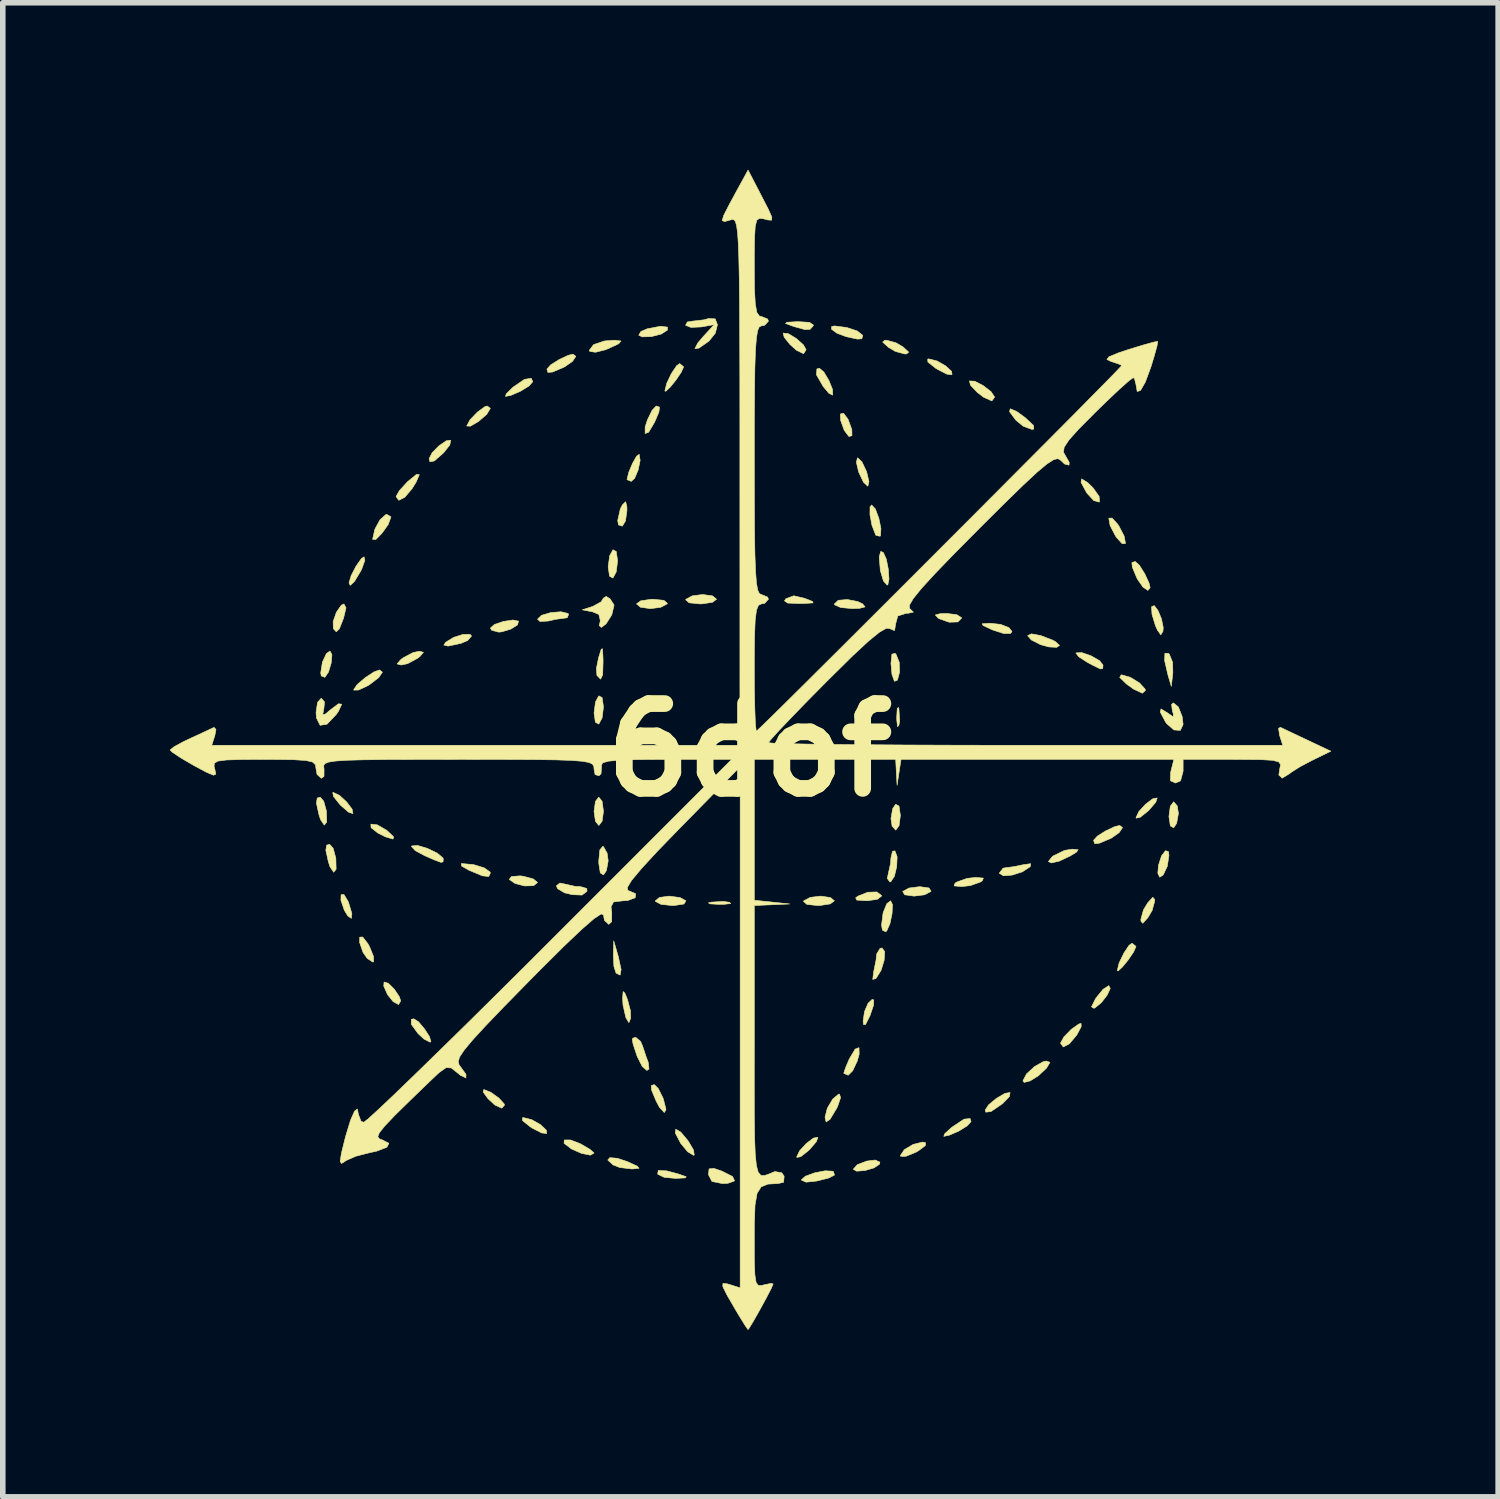
<source format=kicad_pcb>
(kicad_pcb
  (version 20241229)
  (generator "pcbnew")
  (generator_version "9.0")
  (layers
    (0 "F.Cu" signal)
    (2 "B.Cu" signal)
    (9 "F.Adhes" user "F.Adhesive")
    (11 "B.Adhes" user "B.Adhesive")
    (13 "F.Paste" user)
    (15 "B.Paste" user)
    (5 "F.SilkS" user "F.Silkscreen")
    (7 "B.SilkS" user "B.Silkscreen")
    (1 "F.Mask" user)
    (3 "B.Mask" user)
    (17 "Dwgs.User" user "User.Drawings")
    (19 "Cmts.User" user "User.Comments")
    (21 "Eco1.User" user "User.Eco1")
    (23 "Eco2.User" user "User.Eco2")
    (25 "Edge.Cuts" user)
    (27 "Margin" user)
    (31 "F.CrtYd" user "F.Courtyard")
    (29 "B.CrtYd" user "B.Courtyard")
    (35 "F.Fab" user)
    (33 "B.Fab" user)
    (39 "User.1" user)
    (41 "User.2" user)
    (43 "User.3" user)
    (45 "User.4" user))
  (footprint "6dof"
    (layer "F.Cu")
    (at 10.417 10.425)
    (property "Reference" "6dof" (at 0 0 0) (layer "F.SilkS") (effects (font (size 1.524 1.524) (thickness 0.3))))
    (attr through_hole)
    (fp_poly (pts (xy -2.358 3.713) (xy -2.308 3.944) (xy -2.326 4.044) (xy -2.399 4.008) (xy -2.437 3.89) (xy -2.448 3.69) (xy -2.44 3.429) (xy -2.358 3.713)) (stroke (width 0.01) (type solid)) (fill yes) (layer "F.SilkS"))
    (fp_poly (pts (xy -0.359 2.736) (xy -0.339 2.759) (xy -0.461 2.772) (xy -0.55 2.773) (xy -0.714 2.764) (xy -0.739 2.745) (xy -0.698 2.734) (xy -0.477 2.72) (xy -0.359 2.736)) (stroke (width 0.01) (type solid)) (fill yes) (layer "F.SilkS"))
    (fp_poly (pts (xy 1.769 -5.943) (xy 1.837 -5.759) (xy 1.84 -5.647) (xy 1.784 -5.633) (xy 1.702 -5.741) (xy 1.635 -5.925) (xy 1.631 -6.037) (xy 1.688 -6.051) (xy 1.769 -5.943)) (stroke (width 0.01) (type solid)) (fill yes) (layer "F.SilkS"))
    (fp_poly (pts (xy 2.683 -0.741) (xy 2.696 -0.526) (xy 2.683 -0.445) (xy 2.658 -0.418) (xy 2.645 -0.535) (xy 2.644 -0.593) (xy 2.653 -0.747) (xy 2.675 -0.765) (xy 2.683 -0.741)) (stroke (width 0.01) (type solid)) (fill yes) (layer "F.SilkS"))
    (fp_poly (pts (xy 7.526 -1.735) (xy 7.542 -1.721) (xy 7.6 -1.576) (xy 7.605 -1.386) (xy 7.577 -1.143) (xy 7.515 -1.355) (xy 7.457 -1.606) (xy 7.462 -1.739) (xy 7.526 -1.735)) (stroke (width 0.01) (type solid)) (fill yes) (layer "F.SilkS"))
    (fp_poly (pts (xy -7.503 -1.712) (xy -7.517 -1.562) (xy -7.565 -1.401) (xy -7.63 -1.306) (xy -7.695 -1.33) (xy -7.705 -1.385) (xy -7.674 -1.581) (xy -7.602 -1.734) (xy -7.538 -1.778) (xy -7.503 -1.712)) (stroke (width 0.01) (type solid)) (fill yes) (layer "F.SilkS"))
    (fp_poly (pts (xy -7.25 -2.555) (xy -7.294 -2.371) (xy -7.37 -2.177) (xy -7.426 -2.124) (xy -7.478 -2.18) (xy -7.482 -2.308) (xy -7.423 -2.476) (xy -7.335 -2.602) (xy -7.288 -2.625) (xy -7.25 -2.555)) (stroke (width 0.01) (type solid)) (fill yes) (layer "F.SilkS"))
    (fp_poly (pts (xy -7.213 2.72) (xy -7.204 2.742) (xy -7.145 2.939) (xy -7.154 3.025) (xy -7.218 2.981) (xy -7.28 2.881) (xy -7.342 2.701) (xy -7.339 2.599) (xy -7.288 2.595) (xy -7.213 2.72)) (stroke (width 0.01) (type solid)) (fill yes) (layer "F.SilkS"))
    (fp_poly (pts (xy -6.69 1.344) (xy -6.521 1.441) (xy -6.517 1.444) (xy -6.394 1.56) (xy -6.407 1.6) (xy -6.539 1.561) (xy -6.679 1.491) (xy -6.8 1.396) (xy -6.804 1.331) (xy -6.69 1.344)) (stroke (width 0.01) (type solid)) (fill yes) (layer "F.SilkS"))
    (fp_poly (pts (xy -6.491 4.19) (xy -6.382 4.298) (xy -6.292 4.433) (xy -6.268 4.508) (xy -6.306 4.573) (xy -6.403 4.521) (xy -6.505 4.394) (xy -6.572 4.242) (xy -6.567 4.168) (xy -6.491 4.19)) (stroke (width 0.01) (type solid)) (fill yes) (layer "F.SilkS"))
    (fp_poly (pts (xy -5.386 -5.48) (xy -5.496 -5.341) (xy -5.663 -5.194) (xy -5.743 -5.178) (xy -5.757 -5.236) (xy -5.703 -5.342) (xy -5.58 -5.466) (xy -5.447 -5.557) (xy -5.369 -5.566) (xy -5.386 -5.48)) (stroke (width 0.01) (type solid)) (fill yes) (layer "F.SilkS"))
    (fp_poly (pts (xy -4.995 -2.048) (xy -5.066 -1.966) (xy -5.186 -1.916) (xy -5.417 -1.867) (xy -5.493 -1.886) (xy -5.457 -1.938) (xy -5.316 -2.024) (xy -5.149 -2.077) (xy -5.023 -2.079) (xy -4.995 -2.048)) (stroke (width 0.01) (type solid)) (fill yes) (layer "F.SilkS"))
    (fp_poly (pts (xy -4.65 6.149) (xy -4.503 6.254) (xy -4.409 6.358) (xy -4.403 6.38) (xy -4.452 6.435) (xy -4.575 6.379) (xy -4.699 6.265) (xy -4.786 6.145) (xy -4.776 6.099) (xy -4.65 6.149)) (stroke (width 0.01) (type solid)) (fill yes) (layer "F.SilkS"))
    (fp_poly (pts (xy -2.634 -1.674) (xy -2.632 -1.587) (xy -2.639 -1.35) (xy -2.677 -1.273) (xy -2.743 -1.341) (xy -2.752 -1.465) (xy -2.713 -1.658) (xy -2.665 -1.811) (xy -2.643 -1.82) (xy -2.634 -1.674)) (stroke (width 0.01) (type solid)) (fill yes) (layer "F.SilkS"))
    (fp_poly (pts (xy -2.204 -4.373) (xy -2.203 -4.302) (xy -2.23 -4.114) (xy -2.286 -4.022) (xy -2.355 -4.044) (xy -2.369 -4.123) (xy -2.323 -4.329) (xy -2.286 -4.403) (xy -2.227 -4.461) (xy -2.204 -4.373)) (stroke (width 0.01) (type solid)) (fill yes) (layer "F.SilkS"))
    (fp_poly (pts (xy -1.475 -7.598) (xy -1.475 -7.545) (xy -1.587 -7.473) (xy -1.766 -7.427) (xy -1.929 -7.423) (xy -1.991 -7.452) (xy -1.953 -7.519) (xy -1.841 -7.567) (xy -1.597 -7.614) (xy -1.475 -7.598)) (stroke (width 0.01) (type solid)) (fill yes) (layer "F.SilkS"))
    (fp_poly (pts (xy -1.233 6.868) (xy -1.104 7.022) (xy -1.007 7.186) (xy -0.994 7.276) (xy -1.008 7.281) (xy -1.113 7.217) (xy -1.237 7.067) (xy -1.335 6.881) (xy -1.325 6.812) (xy -1.233 6.868)) (stroke (width 0.01) (type solid)) (fill yes) (layer "F.SilkS"))
    (fp_poly (pts (xy -0.502 7.564) (xy -0.306 7.662) (xy -0.269 7.741) (xy -0.39 7.785) (xy -0.49 7.789) (xy -0.676 7.752) (xy -0.738 7.63) (xy -0.728 7.526) (xy -0.643 7.516) (xy -0.502 7.564)) (stroke (width 0.01) (type solid)) (fill yes) (layer "F.SilkS"))
    (fp_poly (pts (xy 0.695 -7.481) (xy 0.837 -7.395) (xy 0.966 -7.281) (xy 1.016 -7.192) (xy 0.97 -7.12) (xy 0.841 -7.183) (xy 0.726 -7.286) (xy 0.621 -7.418) (xy 0.604 -7.491) (xy 0.695 -7.481)) (stroke (width 0.01) (type solid)) (fill yes) (layer "F.SilkS"))
    (fp_poly (pts (xy 0.987 -2.726) (xy 1.132 -2.669) (xy 1.141 -2.643) (xy 1 -2.634) (xy 0.893 -2.631) (xy 0.685 -2.64) (xy 0.627 -2.68) (xy 0.653 -2.719) (xy 0.794 -2.771) (xy 0.987 -2.726)) (stroke (width 0.01) (type solid)) (fill yes) (layer "F.SilkS"))
    (fp_poly (pts (xy 2.341 7.404) (xy 2.335 7.441) (xy 2.235 7.508) (xy 2.074 7.555) (xy 1.925 7.567) (xy 1.863 7.533) (xy 1.935 7.45) (xy 2.105 7.385) (xy 2.256 7.366) (xy 2.341 7.404)) (stroke (width 0.01) (type solid)) (fill yes) (layer "F.SilkS"))
    (fp_poly (pts (xy 2.631 -1.721) (xy 2.69 -1.574) (xy 2.695 -1.399) (xy 2.656 -1.255) (xy 2.603 -1.234) (xy 2.558 -1.358) (xy 2.54 -1.555) (xy 2.557 -1.722) (xy 2.613 -1.737) (xy 2.631 -1.721)) (stroke (width 0.01) (type solid)) (fill yes) (layer "F.SilkS"))
    (fp_poly (pts (xy 4.8 -6.082) (xy 4.956 -5.968) (xy 5.103 -5.829) (xy 5.106 -5.766) (xy 5.072 -5.76) (xy 4.917 -5.817) (xy 4.783 -5.927) (xy 4.671 -6.078) (xy 4.683 -6.131) (xy 4.8 -6.082)) (stroke (width 0.01) (type solid)) (fill yes) (layer "F.SilkS"))
    (fp_poly (pts (xy 7.525 1.824) (xy 7.535 1.893) (xy 7.505 2.089) (xy 7.433 2.242) (xy 7.369 2.286) (xy 7.335 2.215) (xy 7.346 2.073) (xy 7.401 1.902) (xy 7.472 1.809) (xy 7.525 1.824)) (stroke (width 0.01) (type solid)) (fill yes) (layer "F.SilkS"))
    (fp_poly (pts (xy -7.651 0.92) (xy -7.602 1.097) (xy -7.602 1.101) (xy -7.597 1.294) (xy -7.641 1.349) (xy -7.707 1.253) (xy -7.736 1.164) (xy -7.782 0.955) (xy -7.768 0.863) (xy -7.714 0.847) (xy -7.651 0.92)) (stroke (width 0.01) (type solid)) (fill yes) (layer "F.SilkS"))
    (fp_poly (pts (xy -7.481 1.767) (xy -7.433 1.944) (xy -7.433 1.947) (xy -7.428 2.141) (xy -7.471 2.196) (xy -7.538 2.099) (xy -7.567 2.011) (xy -7.613 1.801) (xy -7.599 1.71) (xy -7.545 1.693) (xy -7.481 1.767)) (stroke (width 0.01) (type solid)) (fill yes) (layer "F.SilkS"))
    (fp_poly (pts (xy -7.369 0.814) (xy -7.239 0.933) (xy -7.141 1.062) (xy -7.126 1.143) (xy -7.205 1.117) (xy -7.343 0.997) (xy -7.366 0.973) (xy -7.475 0.835) (xy -7.489 0.764) (xy -7.479 0.762) (xy -7.369 0.814)) (stroke (width 0.01) (type solid)) (fill yes) (layer "F.SilkS"))
    (fp_poly (pts (xy -6.912 -3.407) (xy -6.969 -3.249) (xy -6.985 -3.217) (xy -7.098 -3.029) (xy -7.174 -2.958) (xy -7.197 -3.002) (xy -7.158 -3.133) (xy -7.071 -3.302) (xy -6.976 -3.437) (xy -6.927 -3.471) (xy -6.912 -3.407)) (stroke (width 0.01) (type solid)) (fill yes) (layer "F.SilkS"))
    (fp_poly (pts (xy -6.856 3.482) (xy -6.827 3.535) (xy -6.755 3.712) (xy -6.755 3.805) (xy -6.768 3.81) (xy -6.869 3.744) (xy -6.945 3.636) (xy -7.006 3.458) (xy -7.004 3.361) (xy -6.95 3.36) (xy -6.856 3.482)) (stroke (width 0.01) (type solid)) (fill yes) (layer "F.SilkS"))
    (fp_poly (pts (xy -6.442 -4.189) (xy -6.493 -4.05) (xy -6.604 -3.895) (xy -6.715 -3.782) (xy -6.77 -3.783) (xy -6.771 -3.794) (xy -6.732 -3.968) (xy -6.639 -4.138) (xy -6.534 -4.231) (xy -6.516 -4.233) (xy -6.442 -4.189)) (stroke (width 0.01) (type solid)) (fill yes) (layer "F.SilkS"))
    (fp_poly (pts (xy -5.947 4.884) (xy -5.842 5.008) (xy -5.754 5.144) (xy -5.724 5.237) (xy -5.74 5.249) (xy -5.85 5.193) (xy -5.956 5.095) (xy -6.078 4.927) (xy -6.077 4.838) (xy -6.032 4.829) (xy -5.947 4.884)) (stroke (width 0.01) (type solid)) (fill yes) (layer "F.SilkS"))
    (fp_poly (pts (xy -5.859 -1.755) (xy -5.923 -1.68) (xy -5.964 -1.648) (xy -6.146 -1.551) (xy -6.26 -1.527) (xy -6.333 -1.547) (xy -6.269 -1.622) (xy -6.228 -1.654) (xy -6.046 -1.751) (xy -5.932 -1.775) (xy -5.859 -1.755)) (stroke (width 0.01) (type solid)) (fill yes) (layer "F.SilkS"))
    (fp_poly (pts (xy -4.657 -6.138) (xy -4.724 -6.029) (xy -4.871 -5.902) (xy -5.015 -5.818) (xy -5.08 -5.821) (xy -5.08 -5.825) (xy -5.021 -5.935) (xy -4.89 -6.071) (xy -4.756 -6.168) (xy -4.713 -6.181) (xy -4.657 -6.138)) (stroke (width 0.01) (type solid)) (fill yes) (layer "F.SilkS"))
    (fp_poly (pts (xy -4.151 -2.316) (xy -4.169 -2.248) (xy -4.29 -2.172) (xy -4.453 -2.123) (xy -4.508 -2.118) (xy -4.634 -2.152) (xy -4.657 -2.191) (xy -4.585 -2.255) (xy -4.424 -2.31) (xy -4.252 -2.336) (xy -4.151 -2.316)) (stroke (width 0.01) (type solid)) (fill yes) (layer "F.SilkS"))
    (fp_poly (pts (xy -4.064 2.268) (xy -3.886 2.316) (xy -3.81 2.379) (xy -3.81 2.38) (xy -3.88 2.438) (xy -4.043 2.442) (xy -4.212 2.399) (xy -4.318 2.326) (xy -4.279 2.273) (xy -4.122 2.261) (xy -4.064 2.268)) (stroke (width 0.01) (type solid)) (fill yes) (layer "F.SilkS"))
    (fp_poly (pts (xy -3.912 6.642) (xy -3.757 6.73) (xy -3.652 6.829) (xy -3.644 6.89) (xy -3.737 6.879) (xy -3.907 6.792) (xy -3.94 6.77) (xy -4.078 6.66) (xy -4.081 6.607) (xy -4.059 6.605) (xy -3.912 6.642)) (stroke (width 0.01) (type solid)) (fill yes) (layer "F.SilkS"))
    (fp_poly (pts (xy -3.895 -6.618) (xy -3.963 -6.54) (xy -4.118 -6.445) (xy -4.29 -6.371) (xy -4.385 -6.353) (xy -4.371 -6.4) (xy -4.257 -6.512) (xy -4.245 -6.522) (xy -4.045 -6.659) (xy -3.923 -6.679) (xy -3.895 -6.618)) (stroke (width 0.01) (type solid)) (fill yes) (layer "F.SilkS"))
    (fp_poly (pts (xy -3.216 7.006) (xy -3.037 7.075) (xy -2.87 7.173) (xy -2.794 7.239) (xy -2.794 7.241) (xy -2.86 7.279) (xy -3.02 7.247) (xy -3.199 7.168) (xy -3.333 7.066) (xy -3.329 7.006) (xy -3.216 7.006)) (stroke (width 0.01) (type solid)) (fill yes) (layer "F.SilkS"))
    (fp_poly (pts (xy -2.649 -0.941) (xy -2.625 -0.777) (xy -2.625 -0.772) (xy -2.65 -0.575) (xy -2.709 -0.466) (xy -2.77 -0.498) (xy -2.794 -0.662) (xy -2.794 -0.667) (xy -2.768 -0.865) (xy -2.709 -0.974) (xy -2.649 -0.941)) (stroke (width 0.01) (type solid)) (fill yes) (layer "F.SilkS"))
    (fp_poly (pts (xy -2.625 1.736) (xy -2.559 1.853) (xy -2.54 1.99) (xy -2.572 2.167) (xy -2.625 2.244) (xy -2.682 2.208) (xy -2.709 2.034) (xy -2.709 1.99) (xy -2.69 1.794) (xy -2.637 1.731) (xy -2.625 1.736)) (stroke (width 0.01) (type solid)) (fill yes) (layer "F.SilkS"))
    (fp_poly (pts (xy -2.395 -3.566) (xy -2.371 -3.402) (xy -2.371 -3.397) (xy -2.396 -3.199) (xy -2.455 -3.09) (xy -2.516 -3.123) (xy -2.54 -3.287) (xy -2.54 -3.292) (xy -2.514 -3.489) (xy -2.455 -3.598) (xy -2.395 -3.566)) (stroke (width 0.01) (type solid)) (fill yes) (layer "F.SilkS"))
    (fp_poly (pts (xy -2.374 7.335) (xy -2.19 7.397) (xy -2.015 7.478) (xy -1.986 7.515) (xy -2.092 7.526) (xy -2.117 7.527) (xy -2.332 7.501) (xy -2.453 7.454) (xy -2.548 7.366) (xy -2.511 7.324) (xy -2.374 7.335)) (stroke (width 0.01) (type solid)) (fill yes) (layer "F.SilkS"))
    (fp_poly (pts (xy -2.31 -7.349) (xy -2.349 -7.302) (xy -2.371 -7.289) (xy -2.584 -7.192) (xy -2.769 -7.146) (xy -2.872 -7.162) (xy -2.879 -7.182) (xy -2.803 -7.283) (xy -2.61 -7.349) (xy -2.427 -7.363) (xy -2.31 -7.349)) (stroke (width 0.01) (type solid)) (fill yes) (layer "F.SilkS"))
    (fp_poly (pts (xy -2.241 4.367) (xy -2.193 4.482) (xy -2.139 4.69) (xy -2.137 4.821) (xy -2.168 4.898) (xy -2.216 4.82) (xy -2.225 4.798) (xy -2.274 4.581) (xy -2.281 4.459) (xy -2.272 4.339) (xy -2.241 4.367)) (stroke (width 0.01) (type solid)) (fill yes) (layer "F.SilkS"))
    (fp_poly (pts (xy -1.966 -5.204) (xy -2.001 -5.033) (xy -2.065 -4.881) (xy -2.126 -4.826) (xy -2.201 -4.857) (xy -2.201 -4.863) (xy -2.171 -4.989) (xy -2.103 -5.15) (xy -2.029 -5.28) (xy -1.983 -5.313) (xy -1.966 -5.204)) (stroke (width 0.01) (type solid)) (fill yes) (layer "F.SilkS"))
    (fp_poly (pts (xy -1.64 6.082) (xy -1.555 6.253) (xy -1.55 6.265) (xy -1.501 6.459) (xy -1.532 6.513) (xy -1.618 6.421) (xy -1.68 6.304) (xy -1.76 6.112) (xy -1.767 6.029) (xy -1.712 6.011) (xy -1.64 6.082)) (stroke (width 0.01) (type solid)) (fill yes) (layer "F.SilkS"))
    (fp_poly (pts (xy -1.618 -6.16) (xy -1.629 -6.072) (xy -1.707 -5.888) (xy -1.812 -5.711) (xy -1.877 -5.685) (xy -1.876 -5.803) (xy -1.837 -5.927) (xy -1.752 -6.102) (xy -1.678 -6.18) (xy -1.675 -6.181) (xy -1.618 -6.16)) (stroke (width 0.01) (type solid)) (fill yes) (layer "F.SilkS"))
    (fp_poly (pts (xy -1.538 -2.689) (xy -1.477 -2.636) (xy -1.482 -2.625) (xy -1.596 -2.564) (xy -1.783 -2.54) (xy -1.959 -2.565) (xy -2.032 -2.625) (xy -1.957 -2.68) (xy -1.774 -2.708) (xy -1.731 -2.709) (xy -1.538 -2.689)) (stroke (width 0.01) (type solid)) (fill yes) (layer "F.SilkS"))
    (fp_poly (pts (xy -1.488 7.561) (xy -1.27 7.62) (xy -1.138 7.667) (xy -1.153 7.687) (xy -1.326 7.696) (xy -1.329 7.696) (xy -1.532 7.678) (xy -1.649 7.622) (xy -1.651 7.62) (xy -1.641 7.553) (xy -1.488 7.561)) (stroke (width 0.01) (type solid)) (fill yes) (layer "F.SilkS"))
    (fp_poly (pts (xy -1.249 2.651) (xy -1.143 2.709) (xy -1.179 2.767) (xy -1.351 2.793) (xy -1.392 2.794) (xy -1.59 2.773) (xy -1.69 2.721) (xy -1.693 2.709) (xy -1.62 2.649) (xy -1.444 2.625) (xy -1.249 2.651)) (stroke (width 0.01) (type solid)) (fill yes) (layer "F.SilkS"))
    (fp_poly (pts (xy -0.665 -2.769) (xy -0.593 -2.709) (xy -0.667 -2.654) (xy -0.851 -2.626) (xy -0.894 -2.625) (xy -1.087 -2.645) (xy -1.148 -2.698) (xy -1.143 -2.709) (xy -1.029 -2.77) (xy -0.842 -2.794) (xy -0.665 -2.769)) (stroke (width 0.01) (type solid)) (fill yes) (layer "F.SilkS"))
    (fp_poly (pts (xy 1.201 7.035) (xy 1.082 7.174) (xy 1.058 7.197) (xy 0.92 7.306) (xy 0.849 7.32) (xy 0.847 7.309) (xy 0.899 7.2) (xy 1.018 7.07) (xy 1.147 6.972) (xy 1.228 6.957) (xy 1.201 7.035)) (stroke (width 0.01) (type solid)) (fill yes) (layer "F.SilkS"))
    (fp_poly (pts (xy 1.335 -6.791) (xy 1.425 -6.64) (xy 1.491 -6.477) (xy 1.494 -6.377) (xy 1.493 -6.376) (xy 1.425 -6.409) (xy 1.321 -6.533) (xy 1.201 -6.743) (xy 1.21 -6.847) (xy 1.256 -6.858) (xy 1.335 -6.791)) (stroke (width 0.01) (type solid)) (fill yes) (layer "F.SilkS"))
    (fp_poly (pts (xy 1.451 2.65) (xy 1.524 2.709) (xy 1.449 2.765) (xy 1.266 2.793) (xy 1.223 2.794) (xy 1.03 2.774) (xy 0.969 2.721) (xy 0.974 2.709) (xy 1.088 2.648) (xy 1.275 2.625) (xy 1.451 2.65)) (stroke (width 0.01) (type solid)) (fill yes) (layer "F.SilkS"))
    (fp_poly (pts (xy 1.636 6.245) (xy 1.582 6.403) (xy 1.566 6.435) (xy 1.446 6.635) (xy 1.375 6.682) (xy 1.355 6.598) (xy 1.397 6.435) (xy 1.494 6.271) (xy 1.599 6.183) (xy 1.614 6.181) (xy 1.636 6.245)) (stroke (width 0.01) (type solid)) (fill yes) (layer "F.SilkS"))
    (fp_poly (pts (xy 1.942 -2.668) (xy 2.032 -2.625) (xy 2.075 -2.571) (xy 1.973 -2.545) (xy 1.841 -2.541) (xy 1.637 -2.56) (xy 1.529 -2.609) (xy 1.524 -2.625) (xy 1.593 -2.69) (xy 1.756 -2.704) (xy 1.942 -2.668)) (stroke (width 0.01) (type solid)) (fill yes) (layer "F.SilkS"))
    (fp_poly (pts (xy 2.231 4.49) (xy 2.227 4.586) (xy 2.166 4.766) (xy 2.158 4.784) (xy 2.082 4.934) (xy 2.047 4.933) (xy 2.04 4.868) (xy 2.065 4.7) (xy 2.129 4.55) (xy 2.203 4.48) (xy 2.231 4.49)) (stroke (width 0.01) (type solid)) (fill yes) (layer "F.SilkS"))
    (fp_poly (pts (xy 2.369 2.611) (xy 2.371 2.625) (xy 2.297 2.682) (xy 2.116 2.708) (xy 2.095 2.708) (xy 1.925 2.696) (xy 1.906 2.656) (xy 1.947 2.625) (xy 2.123 2.555) (xy 2.286 2.55) (xy 2.369 2.611)) (stroke (width 0.01) (type solid)) (fill yes) (layer "F.SilkS"))
    (fp_poly (pts (xy 2.568 2.778) (xy 2.56 2.937) (xy 2.523 3.117) (xy 2.466 3.247) (xy 2.446 3.266) (xy 2.386 3.236) (xy 2.371 3.145) (xy 2.399 2.925) (xy 2.466 2.76) (xy 2.534 2.709) (xy 2.568 2.778)) (stroke (width 0.01) (type solid)) (fill yes) (layer "F.SilkS"))
    (fp_poly (pts (xy 2.629 -7.317) (xy 2.757 -7.242) (xy 2.859 -7.149) (xy 2.822 -7.117) (xy 2.789 -7.115) (xy 2.62 -7.161) (xy 2.493 -7.236) (xy 2.391 -7.329) (xy 2.428 -7.361) (xy 2.46 -7.363) (xy 2.629 -7.317)) (stroke (width 0.01) (type solid)) (fill yes) (layer "F.SilkS"))
    (fp_poly (pts (xy 2.685 1.007) (xy 2.709 1.171) (xy 2.709 1.18) (xy 2.685 1.361) (xy 2.627 1.439) (xy 2.625 1.439) (xy 2.56 1.367) (xy 2.54 1.233) (xy 2.571 1.053) (xy 2.625 0.974) (xy 2.685 1.007)) (stroke (width 0.01) (type solid)) (fill yes) (layer "F.SilkS"))
    (fp_poly (pts (xy 3.159 7.051) (xy 3.16 7.105) (xy 3.037 7.198) (xy 2.985 7.228) (xy 2.808 7.3) (xy 2.714 7.299) (xy 2.709 7.286) (xy 2.78 7.18) (xy 2.938 7.086) (xy 3.106 7.044) (xy 3.159 7.051)) (stroke (width 0.01) (type solid)) (fill yes) (layer "F.SilkS"))
    (fp_poly (pts (xy 3.224 2.479) (xy 3.261 2.538) (xy 3.26 2.54) (xy 3.145 2.601) (xy 2.953 2.625) (xy 2.787 2.601) (xy 2.751 2.542) (xy 2.752 2.54) (xy 2.866 2.479) (xy 3.058 2.455) (xy 3.224 2.479)) (stroke (width 0.01) (type solid)) (fill yes) (layer "F.SilkS"))
    (fp_poly (pts (xy 3.369 -6.989) (xy 3.524 -6.901) (xy 3.63 -6.803) (xy 3.637 -6.742) (xy 3.544 -6.753) (xy 3.375 -6.84) (xy 3.341 -6.861) (xy 3.203 -6.971) (xy 3.201 -7.024) (xy 3.222 -7.027) (xy 3.369 -6.989)) (stroke (width 0.01) (type solid)) (fill yes) (layer "F.SilkS"))
    (fp_poly (pts (xy 3.722 -2.432) (xy 3.809 -2.377) (xy 3.81 -2.371) (xy 3.743 -2.301) (xy 3.587 -2.296) (xy 3.41 -2.357) (xy 3.387 -2.371) (xy 3.337 -2.427) (xy 3.432 -2.451) (xy 3.535 -2.454) (xy 3.722 -2.432)) (stroke (width 0.01) (type solid)) (fill yes) (layer "F.SilkS"))
    (fp_poly (pts (xy 3.979 6.675) (xy 3.911 6.752) (xy 3.756 6.848) (xy 3.584 6.922) (xy 3.489 6.941) (xy 3.505 6.895) (xy 3.623 6.787) (xy 3.641 6.773) (xy 3.853 6.632) (xy 3.962 6.621) (xy 3.979 6.675)) (stroke (width 0.01) (type solid)) (fill yes) (layer "F.SilkS"))
    (fp_poly (pts (xy 4.046 -6.626) (xy 4.198 -6.547) (xy 4.339 -6.438) (xy 4.403 -6.341) (xy 4.403 -6.34) (xy 4.353 -6.272) (xy 4.205 -6.338) (xy 4.089 -6.427) (xy 3.97 -6.553) (xy 3.95 -6.631) (xy 4.046 -6.626)) (stroke (width 0.01) (type solid)) (fill yes) (layer "F.SilkS"))
    (fp_poly (pts (xy 4.2 2.301) (xy 4.183 2.347) (xy 4.149 2.371) (xy 3.966 2.436) (xy 3.81 2.453) (xy 3.674 2.441) (xy 3.691 2.394) (xy 3.725 2.371) (xy 3.908 2.306) (xy 4.064 2.289) (xy 4.2 2.301)) (stroke (width 0.01) (type solid)) (fill yes) (layer "F.SilkS"))
    (fp_poly (pts (xy 4.669 6.226) (xy 4.552 6.347) (xy 4.54 6.357) (xy 4.34 6.494) (xy 4.245 6.507) (xy 4.233 6.469) (xy 4.295 6.374) (xy 4.436 6.258) (xy 4.587 6.169) (xy 4.68 6.153) (xy 4.669 6.226)) (stroke (width 0.01) (type solid)) (fill yes) (layer "F.SilkS"))
    (fp_poly (pts (xy 5.228 -2.057) (xy 5.436 -1.978) (xy 5.493 -1.949) (xy 5.569 -1.88) (xy 5.518 -1.845) (xy 5.378 -1.852) (xy 5.228 -1.893) (xy 5.062 -1.978) (xy 4.995 -2.054) (xy 5.063 -2.087) (xy 5.228 -2.057)) (stroke (width 0.01) (type solid)) (fill yes) (layer "F.SilkS"))
    (fp_poly (pts (xy 5.903 1.791) (xy 5.874 1.834) (xy 5.757 1.905) (xy 5.562 1.997) (xy 5.421 2.029) (xy 5.368 2.003) (xy 5.436 1.918) (xy 5.456 1.902) (xy 5.658 1.804) (xy 5.795 1.781) (xy 5.903 1.791)) (stroke (width 0.01) (type solid)) (fill yes) (layer "F.SilkS"))
    (fp_poly (pts (xy 6.077 -4.802) (xy 6.173 -4.708) (xy 6.28 -4.557) (xy 6.288 -4.46) (xy 6.281 -4.455) (xy 6.184 -4.481) (xy 6.061 -4.615) (xy 6.056 -4.622) (xy 5.955 -4.809) (xy 5.966 -4.872) (xy 6.077 -4.802)) (stroke (width 0.01) (type solid)) (fill yes) (layer "F.SilkS"))
    (fp_poly (pts (xy 6.843 -1.305) (xy 7.007 -1.204) (xy 7.106 -1.095) (xy 7.112 -1.07) (xy 7.057 -1.02) (xy 6.9 -1.094) (xy 6.773 -1.185) (xy 6.65 -1.304) (xy 6.676 -1.35) (xy 6.689 -1.35) (xy 6.843 -1.305)) (stroke (width 0.01) (type solid)) (fill yes) (layer "F.SilkS"))
    (fp_poly (pts (xy 7.277 2.682) (xy 7.279 2.714) (xy 7.232 2.883) (xy 7.157 3.011) (xy 7.064 3.113) (xy 7.032 3.076) (xy 7.03 3.043) (xy 7.076 2.874) (xy 7.152 2.747) (xy 7.244 2.645) (xy 7.277 2.682)) (stroke (width 0.01) (type solid)) (fill yes) (layer "F.SilkS"))
    (fp_poly (pts (xy 7.297 0.939) (xy 7.178 1.078) (xy 7.154 1.101) (xy 7.016 1.21) (xy 6.945 1.224) (xy 6.943 1.213) (xy 6.995 1.104) (xy 7.114 0.974) (xy 7.243 0.876) (xy 7.324 0.861) (xy 7.297 0.939)) (stroke (width 0.01) (type solid)) (fill yes) (layer "F.SilkS"))
    (fp_poly (pts (xy 7.339 -2.505) (xy 7.4 -2.357) (xy 7.432 -2.202) (xy 7.427 -2.133) (xy 7.388 -2.07) (xy 7.327 -2.155) (xy 7.292 -2.235) (xy 7.23 -2.437) (xy 7.222 -2.574) (xy 7.271 -2.595) (xy 7.339 -2.505)) (stroke (width 0.01) (type solid)) (fill yes) (layer "F.SilkS"))
    (fp_poly (pts (xy 7.684 1.004) (xy 7.705 1.138) (xy 7.673 1.317) (xy 7.62 1.397) (xy 7.56 1.364) (xy 7.535 1.199) (xy 7.535 1.19) (xy 7.559 1.01) (xy 7.618 0.931) (xy 7.62 0.931) (xy 7.684 1.004)) (stroke (width 0.01) (type solid)) (fill yes) (layer "F.SilkS"))
    (fp_poly (pts (xy -6.596 -1.399) (xy -6.663 -1.301) (xy -6.826 -1.176) (xy -6.858 -1.156) (xy -7.024 -1.078) (xy -7.109 -1.076) (xy -7.112 -1.086) (xy -7.049 -1.177) (xy -6.905 -1.3) (xy -6.746 -1.404) (xy -6.649 -1.439) (xy -6.596 -1.399)) (stroke (width 0.01) (type solid)) (fill yes) (layer "F.SilkS"))
    (fp_poly (pts (xy -5.933 -4.948) (xy -5.989 -4.816) (xy -6.063 -4.696) (xy -6.195 -4.54) (xy -6.303 -4.486) (xy -6.35 -4.551) (xy -6.35 -4.557) (xy -6.294 -4.657) (xy -6.157 -4.808) (xy -6.138 -4.826) (xy -5.984 -4.952) (xy -5.933 -4.948)) (stroke (width 0.01) (type solid)) (fill yes) (layer "F.SilkS"))
    (fp_poly (pts (xy -4.958 2.059) (xy -4.768 2.117) (xy -4.662 2.192) (xy -4.657 2.211) (xy -4.687 2.273) (xy -4.801 2.26) (xy -5.028 2.166) (xy -5.038 2.162) (xy -5.173 2.085) (xy -5.181 2.042) (xy -5.165 2.04) (xy -4.958 2.059)) (stroke (width 0.01) (type solid)) (fill yes) (layer "F.SilkS"))
    (fp_poly (pts (xy -3.337 2.404) (xy -3.136 2.449) (xy -3.036 2.455) (xy -2.923 2.489) (xy -2.921 2.54) (xy -3.011 2.606) (xy -3.184 2.599) (xy -3.323 2.566) (xy -3.449 2.492) (xy -3.471 2.44) (xy -3.409 2.39) (xy -3.337 2.404)) (stroke (width 0.01) (type solid)) (fill yes) (layer "F.SilkS"))
    (fp_poly (pts (xy -3.263 -2.454) (xy -3.251 -2.441) (xy -3.275 -2.377) (xy -3.318 -2.37) (xy -3.486 -2.348) (xy -3.619 -2.317) (xy -3.765 -2.309) (xy -3.81 -2.351) (xy -3.738 -2.42) (xy -3.573 -2.469) (xy -3.389 -2.484) (xy -3.263 -2.454)) (stroke (width 0.01) (type solid)) (fill yes) (layer "F.SilkS"))
    (fp_poly (pts (xy -3.121 -7.073) (xy -3.181 -6.983) (xy -3.319 -6.886) (xy -3.348 -6.872) (xy -3.54 -6.791) (xy -3.623 -6.784) (xy -3.641 -6.844) (xy -3.574 -6.919) (xy -3.422 -7.015) (xy -3.257 -7.092) (xy -3.171 -7.112) (xy -3.121 -7.073)) (stroke (width 0.01) (type solid)) (fill yes) (layer "F.SilkS"))
    (fp_poly (pts (xy -1.187 -6.887) (xy -1.187 -6.879) (xy -1.229 -6.785) (xy -1.322 -6.647) (xy -1.428 -6.517) (xy -1.506 -6.445) (xy -1.522 -6.452) (xy -1.488 -6.59) (xy -1.404 -6.765) (xy -1.31 -6.905) (xy -1.256 -6.943) (xy -1.187 -6.887)) (stroke (width 0.01) (type solid)) (fill yes) (layer "F.SilkS"))
    (fp_poly (pts (xy 1.078 -7.683) (xy 1.148 -7.635) (xy 1.143 -7.62) (xy 1.088 -7.559) (xy 0.997 -7.553) (xy 0.814 -7.603) (xy 0.762 -7.62) (xy 0.646 -7.664) (xy 0.668 -7.685) (xy 0.843 -7.695) (xy 0.873 -7.696) (xy 1.078 -7.683)) (stroke (width 0.01) (type solid)) (fill yes) (layer "F.SilkS"))
    (fp_poly (pts (xy 1.493 7.567) (xy 1.509 7.577) (xy 1.525 7.637) (xy 1.421 7.69) (xy 1.206 7.744) (xy 1.015 7.764) (xy 0.932 7.727) (xy 0.931 7.722) (xy 1.003 7.657) (xy 1.17 7.596) (xy 1.358 7.56) (xy 1.493 7.567)) (stroke (width 0.01) (type solid)) (fill yes) (layer "F.SilkS"))
    (fp_poly (pts (xy 1.969 5.465) (xy 1.935 5.588) (xy 1.852 5.764) (xy 1.773 5.842) (xy 1.77 5.842) (xy 1.694 5.81) (xy 1.693 5.804) (xy 1.725 5.707) (xy 1.792 5.55) (xy 1.897 5.373) (xy 1.966 5.347) (xy 1.969 5.465)) (stroke (width 0.01) (type solid)) (fill yes) (layer "F.SilkS"))
    (fp_poly (pts (xy 2.26 -4.331) (xy 2.322 -4.165) (xy 2.36 -3.981) (xy 2.353 -3.853) (xy 2.345 -3.841) (xy 2.273 -3.854) (xy 2.264 -3.868) (xy 2.199 -4.036) (xy 2.163 -4.225) (xy 2.164 -4.367) (xy 2.193 -4.403) (xy 2.26 -4.331)) (stroke (width 0.01) (type solid)) (fill yes) (layer "F.SilkS"))
    (fp_poly (pts (xy 2.403 -3.549) (xy 2.457 -3.429) (xy 2.493 -3.246) (xy 2.505 -3.069) (xy 2.484 -2.968) (xy 2.472 -2.963) (xy 2.405 -3.037) (xy 2.351 -3.217) (xy 2.348 -3.239) (xy 2.329 -3.467) (xy 2.356 -3.569) (xy 2.403 -3.549)) (stroke (width 0.01) (type solid)) (fill yes) (layer "F.SilkS"))
    (fp_poly (pts (xy 2.651 1.916) (xy 2.644 2.093) (xy 2.602 2.269) (xy 2.537 2.367) (xy 2.521 2.371) (xy 2.474 2.308) (xy 2.489 2.237) (xy 2.533 2.036) (xy 2.54 1.935) (xy 2.568 1.819) (xy 2.611 1.812) (xy 2.651 1.916)) (stroke (width 0.01) (type solid)) (fill yes) (layer "F.SilkS"))
    (fp_poly (pts (xy 4.511 -2.257) (xy 4.659 -2.199) (xy 4.715 -2.129) (xy 4.687 -2.093) (xy 4.567 -2.093) (xy 4.373 -2.155) (xy 4.36 -2.16) (xy 4.196 -2.237) (xy 4.179 -2.268) (xy 4.302 -2.277) (xy 4.318 -2.278) (xy 4.511 -2.257)) (stroke (width 0.01) (type solid)) (fill yes) (layer "F.SilkS"))
    (fp_poly (pts (xy 5.397 5.611) (xy 5.34 5.707) (xy 5.33 5.72) (xy 5.19 5.852) (xy 5.04 5.945) (xy 4.933 5.972) (xy 4.911 5.943) (xy 4.975 5.82) (xy 5.122 5.685) (xy 5.281 5.597) (xy 5.33 5.588) (xy 5.397 5.611)) (stroke (width 0.01) (type solid)) (fill yes) (layer "F.SilkS"))
    (fp_poly (pts (xy 5.958 4.971) (xy 5.881 5.116) (xy 5.877 5.122) (xy 5.744 5.28) (xy 5.636 5.335) (xy 5.588 5.27) (xy 5.588 5.262) (xy 5.647 5.155) (xy 5.778 5.02) (xy 5.913 4.924) (xy 5.956 4.911) (xy 5.958 4.971)) (stroke (width 0.01) (type solid)) (fill yes) (layer "F.SilkS"))
    (fp_poly (pts (xy 6.137 -1.692) (xy 6.289 -1.604) (xy 6.35 -1.526) (xy 6.345 -1.462) (xy 6.301 -1.457) (xy 6.172 -1.52) (xy 6.067 -1.576) (xy 5.914 -1.675) (xy 5.863 -1.741) (xy 5.865 -1.745) (xy 5.97 -1.75) (xy 6.137 -1.692)) (stroke (width 0.01) (type solid)) (fill yes) (layer "F.SilkS"))
    (fp_poly (pts (xy 6.48 4.285) (xy 6.424 4.405) (xy 6.321 4.538) (xy 6.208 4.631) (xy 6.186 4.641) (xy 6.143 4.614) (xy 6.215 4.469) (xy 6.224 4.455) (xy 6.351 4.299) (xy 6.454 4.233) (xy 6.455 4.233) (xy 6.48 4.285)) (stroke (width 0.01) (type solid)) (fill yes) (layer "F.SilkS"))
    (fp_poly (pts (xy 6.7 1.394) (xy 6.64 1.484) (xy 6.503 1.581) (xy 6.473 1.595) (xy 6.282 1.675) (xy 6.199 1.682) (xy 6.181 1.622) (xy 6.247 1.548) (xy 6.399 1.452) (xy 6.564 1.375) (xy 6.65 1.355) (xy 6.7 1.394)) (stroke (width 0.01) (type solid)) (fill yes) (layer "F.SilkS"))
    (fp_poly (pts (xy 6.941 3.527) (xy 6.941 3.535) (xy 6.899 3.629) (xy 6.806 3.767) (xy 6.7 3.897) (xy 6.622 3.969) (xy 6.606 3.962) (xy 6.64 3.824) (xy 6.724 3.649) (xy 6.818 3.509) (xy 6.872 3.471) (xy 6.941 3.527)) (stroke (width 0.01) (type solid)) (fill yes) (layer "F.SilkS"))
    (fp_poly (pts (xy 7.003 -3.32) (xy 7.099 -3.168) (xy 7.176 -3.003) (xy 7.197 -2.917) (xy 7.157 -2.867) (xy 7.068 -2.927) (xy 6.971 -3.065) (xy 6.956 -3.094) (xy 6.876 -3.286) (xy 6.869 -3.369) (xy 6.929 -3.387) (xy 7.003 -3.32)) (stroke (width 0.01) (type solid)) (fill yes) (layer "F.SilkS"))
    (fp_poly (pts (xy -5.784 1.769) (xy -5.609 1.854) (xy -5.508 1.94) (xy -5.503 1.958) (xy -5.507 2.01) (xy -5.546 2.018) (xy -5.664 1.974) (xy -5.834 1.9) (xy -6.006 1.808) (xy -6.074 1.735) (xy -6.069 1.723) (xy -5.962 1.715) (xy -5.784 1.769)) (stroke (width 0.01) (type solid)) (fill yes) (layer "F.SilkS"))
    (fp_poly (pts (xy -2.65 0.92) (xy -2.625 1.098) (xy -2.625 1.101) (xy -2.649 1.279) (xy -2.708 1.355) (xy -2.709 1.355) (xy -2.769 1.281) (xy -2.794 1.104) (xy -2.794 1.101) (xy -2.769 0.922) (xy -2.71 0.847) (xy -2.709 0.847) (xy -2.65 0.92)) (stroke (width 0.01) (type solid)) (fill yes) (layer "F.SilkS"))
    (fp_poly (pts (xy 1.746 -7.591) (xy 1.934 -7.529) (xy 2.03 -7.453) (xy 2.032 -7.441) (xy 2.016 -7.388) (xy 1.935 -7.383) (xy 1.74 -7.425) (xy 1.736 -7.426) (xy 1.57 -7.488) (xy 1.472 -7.56) (xy 1.476 -7.611) (xy 1.528 -7.619) (xy 1.746 -7.591)) (stroke (width 0.01) (type solid)) (fill yes) (layer "F.SilkS"))
    (fp_poly (pts (xy 2.018 -5.178) (xy 2.1 -5.006) (xy 2.104 -4.995) (xy 2.145 -4.822) (xy 2.126 -4.742) (xy 2.121 -4.741) (xy 2.046 -4.812) (xy 1.964 -4.985) (xy 1.96 -4.995) (xy 1.919 -5.168) (xy 1.938 -5.249) (xy 1.943 -5.249) (xy 2.018 -5.178)) (stroke (width 0.01) (type solid)) (fill yes) (layer "F.SilkS"))
    (fp_poly (pts (xy 2.428 3.622) (xy 2.418 3.778) (xy 2.363 3.958) (xy 2.274 4.101) (xy 2.268 4.106) (xy 2.213 4.122) (xy 2.228 3.992) (xy 2.231 3.979) (xy 2.272 3.776) (xy 2.285 3.662) (xy 2.345 3.564) (xy 2.38 3.556) (xy 2.428 3.622)) (stroke (width 0.01) (type solid)) (fill yes) (layer "F.SilkS"))
    (fp_poly (pts (xy 5.043 2.094) (xy 5.038 2.099) (xy 4.9 2.189) (xy 4.719 2.247) (xy 4.561 2.26) (xy 4.488 2.215) (xy 4.487 2.211) (xy 4.554 2.123) (xy 4.593 2.116) (xy 4.753 2.095) (xy 4.911 2.062) (xy 5.05 2.042) (xy 5.043 2.094)) (stroke (width 0.01) (type solid)) (fill yes) (layer "F.SilkS"))
    (fp_poly (pts (xy 6.618 -4.052) (xy 6.634 -4.028) (xy 6.73 -3.843) (xy 6.754 -3.711) (xy 6.754 -3.709) (xy 6.694 -3.707) (xy 6.59 -3.822) (xy 6.574 -3.846) (xy 6.478 -4.031) (xy 6.454 -4.163) (xy 6.454 -4.165) (xy 6.514 -4.167) (xy 6.618 -4.052)) (stroke (width 0.01) (type solid)) (fill yes) (layer "F.SilkS"))
    (fp_poly (pts (xy -1.959 5.234) (xy -1.924 5.313) (xy -1.853 5.526) (xy -1.821 5.609) (xy -1.807 5.731) (xy -1.845 5.757) (xy -1.928 5.686) (xy -2.016 5.512) (xy -2.024 5.491) (xy -2.093 5.283) (xy -2.109 5.19) (xy -2.074 5.166) (xy -2.042 5.165) (xy -1.959 5.234)) (stroke (width 0.01) (type solid)) (fill yes) (layer "F.SilkS"))
    (fp_poly (pts (xy -2.507 -2.717) (xy -2.434 -2.605) (xy -2.472 -2.441) (xy -2.486 -2.411) (xy -2.578 -2.267) (xy -2.663 -2.202) (xy -2.701 -2.235) (xy -2.681 -2.323) (xy -2.708 -2.436) (xy -2.82 -2.482) (xy -3.006 -2.519) (xy -2.815 -2.581) (xy -2.668 -2.662) (xy -2.625 -2.73) (xy -2.576 -2.76) (xy -2.507 -2.717)) (stroke (width 0.01) (type solid)) (fill yes) (layer "F.SilkS"))
    (fp_poly (pts (xy 7.704 -0.774) (xy 7.772 -0.602) (xy 7.789 -0.459) (xy 7.739 -0.352) (xy 7.623 -0.361) (xy 7.492 -0.476) (xy 7.471 -0.507) (xy 7.378 -0.683) (xy 7.392 -0.738) (xy 7.509 -0.667) (xy 7.611 -0.596) (xy 7.614 -0.649) (xy 7.596 -0.699) (xy 7.582 -0.82) (xy 7.614 -0.847) (xy 7.704 -0.774)) (stroke (width 0.01) (type solid)) (fill yes) (layer "F.SilkS"))
    (fp_poly (pts (xy -7.637 -0.864) (xy -7.647 -0.754) (xy -7.669 -0.633) (xy -7.616 -0.649) (xy -7.544 -0.712) (xy -7.386 -0.831) (xy -7.328 -0.823) (xy -7.385 -0.697) (xy -7.426 -0.638) (xy -7.592 -0.464) (xy -7.716 -0.444) (xy -7.782 -0.576) (xy -7.789 -0.677) (xy -7.762 -0.856) (xy -7.696 -0.931) (xy -7.695 -0.931) (xy -7.637 -0.864)) (stroke (width 0.01) (type solid)) (fill yes) (layer "F.SilkS"))
    (fp_poly (pts (xy -0.617 -7.746) (xy -0.577 -7.641) (xy -0.615 -7.489) (xy -0.731 -7.345) (xy -0.911 -7.22) (xy -0.982 -7.211) (xy -0.931 -7.312) (xy -0.84 -7.42) (xy -0.635 -7.643) (xy -0.87 -7.601) (xy -1.055 -7.593) (xy -1.15 -7.631) (xy -1.119 -7.69) (xy -1.028 -7.705) (xy -0.82 -7.729) (xy -0.734 -7.753) (xy -0.617 -7.746)) (stroke (width 0.01) (type solid)) (fill yes) (layer "F.SilkS"))
    (fp_poly (pts (xy 0.198 -9.986) (xy 0.335 -9.72) (xy 0.4 -9.575) (xy 0.396 -9.519) (xy 0.328 -9.523) (xy 0.254 -9.543) (xy 0.179 -9.553) (xy 0.13 -9.518) (xy 0.102 -9.41) (xy 0.089 -9.199) (xy 0.085 -8.859) (xy 0.085 -8.688) (xy 0.088 -8.28) (xy 0.103 -8.013) (xy 0.131 -7.861) (xy 0.177 -7.797) (xy 0.212 -7.789) (xy 0.324 -7.744) (xy 0.339 -7.705) (xy 0.27 -7.63) (xy 0.212 -7.62) (xy 0.174 -7.602) (xy 0.145 -7.534) (xy 0.123 -7.401) (xy 0.106 -7.184) (xy 0.095 -6.866) (xy 0.089 -6.43) (xy 0.085 -5.858) (xy 0.085 -5.207) (xy 0.086 -4.496) (xy 0.089 -3.937) (xy 0.096 -3.513) (xy 0.108 -3.205) (xy 0.124 -2.997) (xy 0.147 -2.871) (xy 0.177 -2.809) (xy 0.212 -2.794) (xy 0.324 -2.748) (xy 0.339 -2.709) (xy 0.27 -2.634) (xy 0.212 -2.625) (xy 0.16 -2.601) (xy 0.124 -2.512) (xy 0.101 -2.334) (xy 0.089 -2.042) (xy 0.085 -1.611) (xy 0.085 -1.482) (xy 0.087 -1.064) (xy 0.095 -0.715) (xy 0.105 -0.465) (xy 0.119 -0.345) (xy 0.123 -0.339) (xy 0.186 -0.397) (xy 0.355 -0.561) (xy 0.617 -0.819) (xy 0.959 -1.158) (xy 1.367 -1.564) (xy 1.828 -2.023) (xy 2.329 -2.523) (xy 2.857 -3.05) (xy 3.398 -3.592) (xy 3.94 -4.134) (xy 4.468 -4.664) (xy 4.97 -5.168) (xy 5.433 -5.633) (xy 5.843 -6.045) (xy 6.186 -6.393) (xy 6.451 -6.661) (xy 6.622 -6.838) (xy 6.688 -6.909) (xy 6.689 -6.91) (xy 6.619 -6.94) (xy 6.498 -6.979) (xy 6.42 -7.017) (xy 6.456 -7.065) (xy 6.626 -7.135) (xy 6.812 -7.197) (xy 7.077 -7.278) (xy 7.265 -7.33) (xy 7.334 -7.341) (xy 7.32 -7.258) (xy 7.266 -7.063) (xy 7.21 -6.88) (xy 7.111 -6.611) (xy 7.024 -6.46) (xy 6.964 -6.441) (xy 6.943 -6.562) (xy 6.915 -6.675) (xy 6.892 -6.689) (xy 6.815 -6.633) (xy 6.645 -6.482) (xy 6.41 -6.26) (xy 6.202 -6.057) (xy 5.916 -5.769) (xy 5.739 -5.572) (xy 5.652 -5.44) (xy 5.64 -5.35) (xy 5.672 -5.293) (xy 5.743 -5.168) (xy 5.739 -5.118) (xy 5.66 -5.138) (xy 5.589 -5.206) (xy 5.54 -5.235) (xy 5.463 -5.217) (xy 5.344 -5.14) (xy 5.167 -4.993) (xy 4.918 -4.761) (xy 4.581 -4.433) (xy 4.142 -3.996) (xy 4.121 -3.975) (xy 3.667 -3.517) (xy 3.326 -3.163) (xy 3.086 -2.901) (xy 2.939 -2.718) (xy 2.872 -2.603) (xy 2.875 -2.542) (xy 2.883 -2.536) (xy 2.943 -2.477) (xy 2.85 -2.457) (xy 2.815 -2.457) (xy 2.663 -2.408) (xy 2.625 -2.269) (xy 2.605 -2.146) (xy 2.535 -2.173) (xy 2.526 -2.181) (xy 2.459 -2.188) (xy 2.334 -2.117) (xy 2.137 -1.957) (xy 1.856 -1.696) (xy 1.478 -1.323) (xy 1.383 -1.229) (xy 1.044 -0.886) (xy 0.751 -0.584) (xy 0.523 -0.344) (xy 0.38 -0.186) (xy 0.339 -0.132) (xy 0.421 -0.123) (xy 0.657 -0.115) (xy 1.032 -0.107) (xy 1.53 -0.1) (xy 2.136 -0.095) (xy 2.834 -0.09) (xy 3.61 -0.087) (xy 4.448 -0.085) (xy 4.959 -0.085) (xy 9.579 -0.085) (xy 9.522 -0.264) (xy 9.504 -0.389) (xy 9.537 -0.408) (xy 9.65 -0.354) (xy 9.861 -0.254) (xy 10.027 -0.176) (xy 10.444 0.021) (xy 10.114 0.182) (xy 9.89 0.3) (xy 9.729 0.402) (xy 9.701 0.425) (xy 9.569 0.506) (xy 9.509 0.448) (xy 9.525 0.339) (xy 9.54 0.264) (xy 9.509 0.215) (xy 9.403 0.186) (xy 9.195 0.173) (xy 8.857 0.17) (xy 8.684 0.169) (xy 7.789 0.169) (xy 7.789 0.381) (xy 7.743 0.554) (xy 7.653 0.593) (xy 7.56 0.551) (xy 7.565 0.403) (xy 7.57 0.381) (xy 7.623 0.169) (xy 2.721 0.169) (xy 2.685 0.402) (xy 2.65 0.635) (xy 2.637 0.402) (xy 2.625 0.169) (xy 0.085 0.169) (xy 0.085 2.699) (xy 0.402 2.732) (xy 0.72 2.766) (xy 0.085 2.794) (xy 0.085 5.258) (xy 0.084 5.971) (xy 0.085 6.531) (xy 0.09 6.955) (xy 0.102 7.262) (xy 0.123 7.467) (xy 0.156 7.588) (xy 0.204 7.642) (xy 0.269 7.645) (xy 0.355 7.615) (xy 0.455 7.573) (xy 0.579 7.596) (xy 0.621 7.657) (xy 0.612 7.766) (xy 0.512 7.789) (xy 0.33 7.799) (xy 0.208 7.848) (xy 0.135 7.964) (xy 0.098 8.176) (xy 0.086 8.512) (xy 0.085 8.778) (xy 0.086 9.172) (xy 0.095 9.425) (xy 0.117 9.565) (xy 0.158 9.62) (xy 0.223 9.619) (xy 0.254 9.61) (xy 0.389 9.582) (xy 0.423 9.593) (xy 0.387 9.678) (xy 0.297 9.852) (xy 0.181 10.064) (xy 0.07 10.26) (xy -0.009 10.39) (xy -0.028 10.413) (xy -0.075 10.347) (xy -0.179 10.179) (xy -0.254 10.054) (xy -0.408 9.788) (xy -0.481 9.64) (xy -0.479 9.583) (xy -0.406 9.589) (xy -0.349 9.606) (xy -0.169 9.663) (xy -0.169 0.3) (xy -1.249 1.399) (xy -1.653 1.816) (xy -1.94 2.127) (xy -2.12 2.343) (xy -2.198 2.472) (xy -2.185 2.524) (xy -2.18 2.525) (xy -2.046 2.582) (xy -2.055 2.654) (xy -2.189 2.704) (xy -2.274 2.709) (xy -2.444 2.729) (xy -2.489 2.817) (xy -2.476 2.921) (xy -2.477 3.084) (xy -2.53 3.133) (xy -2.607 3.062) (xy -2.625 2.962) (xy -2.666 2.945) (xy -2.794 3.029) (xy -3.015 3.221) (xy -3.334 3.524) (xy -3.759 3.946) (xy -3.976 4.166) (xy -4.412 4.611) (xy -4.74 4.953) (xy -4.974 5.207) (xy -5.126 5.389) (xy -5.209 5.514) (xy -5.235 5.599) (xy -5.218 5.658) (xy -5.203 5.677) (xy -5.095 5.827) (xy -5.096 5.891) (xy -5.196 5.844) (xy -5.251 5.798) (xy -5.36 5.712) (xy -5.452 5.706) (xy -5.576 5.794) (xy -5.724 5.933) (xy -6.106 6.302) (xy -6.379 6.57) (xy -6.556 6.757) (xy -6.652 6.877) (xy -6.679 6.947) (xy -6.652 6.985) (xy -6.602 7.003) (xy -6.48 7.065) (xy -6.515 7.136) (xy -6.697 7.206) (xy -6.836 7.237) (xy -7.073 7.298) (xy -7.243 7.372) (xy -7.26 7.384) (xy -7.331 7.429) (xy -7.356 7.391) (xy -7.333 7.244) (xy -7.263 6.962) (xy -7.253 6.926) (xy -7.17 6.653) (xy -7.097 6.488) (xy -7.046 6.449) (xy -7.027 6.548) (xy -6.981 6.669) (xy -6.933 6.689) (xy -6.857 6.63) (xy -6.673 6.463) (xy -6.392 6.197) (xy -6.026 5.844) (xy -5.585 5.414) (xy -5.08 4.919) (xy -4.524 4.369) (xy -3.927 3.776) (xy -3.58 3.429) (xy -0.322 0.169) (xy -1.513 0.169) (xy -1.992 0.172) (xy -2.323 0.181) (xy -2.531 0.2) (xy -2.636 0.229) (xy -2.663 0.273) (xy -2.659 0.288) (xy -2.668 0.425) (xy -2.704 0.462) (xy -2.776 0.442) (xy -2.794 0.344) (xy -2.798 0.293) (xy -2.823 0.254) (xy -2.886 0.224) (xy -3.007 0.202) (xy -3.202 0.187) (xy -3.491 0.177) (xy -3.891 0.172) (xy -4.42 0.17) (xy -5.098 0.169) (xy -5.241 0.169) (xy -5.948 0.17) (xy -6.503 0.171) (xy -6.925 0.176) (xy -7.231 0.184) (xy -7.439 0.198) (xy -7.566 0.218) (xy -7.632 0.246) (xy -7.652 0.283) (xy -7.647 0.33) (xy -7.645 0.339) (xy -7.646 0.474) (xy -7.695 0.508) (xy -7.772 0.437) (xy -7.789 0.339) (xy -7.8 0.265) (xy -7.851 0.216) (xy -7.973 0.188) (xy -8.193 0.174) (xy -8.542 0.17) (xy -8.726 0.169) (xy -9.134 0.171) (xy -9.4 0.179) (xy -9.551 0.199) (xy -9.616 0.236) (xy -9.621 0.296) (xy -9.608 0.343) (xy -9.589 0.433) (xy -9.63 0.453) (xy -9.761 0.398) (xy -9.983 0.279) (xy -10.213 0.145) (xy -10.369 0.042) (xy -10.412 0) (xy -10.342 -0.057) (xy -10.166 -0.153) (xy -10.053 -0.206) (xy -9.824 -0.312) (xy -9.659 -0.389) (xy -9.622 -0.407) (xy -9.587 -0.37) (xy -9.606 -0.264) (xy -9.663 -0.085) (xy -0.173 -0.085) (xy -0.174 -4.831) (xy -0.174 -5.846) (xy -0.175 -6.705) (xy -0.177 -7.421) (xy -0.18 -8.006) (xy -0.185 -8.473) (xy -0.193 -8.835) (xy -0.203 -9.106) (xy -0.216 -9.297) (xy -0.234 -9.423) (xy -0.255 -9.495) (xy -0.281 -9.527) (xy -0.313 -9.531) (xy -0.341 -9.524) (xy -0.449 -9.494) (xy -0.492 -9.512) (xy -0.465 -9.605) (xy -0.364 -9.802) (xy -0.268 -9.98) (xy -0.027 -10.42) (xy 0.198 -9.986)) (stroke (width 0.01) (type solid)) (fill yes) (layer "F.SilkS")))
  (gr_rect
    (start -3 -3)
    (end 23.866 23.843)
    (stroke (width 0.1) (type default))
    (fill no)
    (layer "Edge.Cuts")))
</source>
